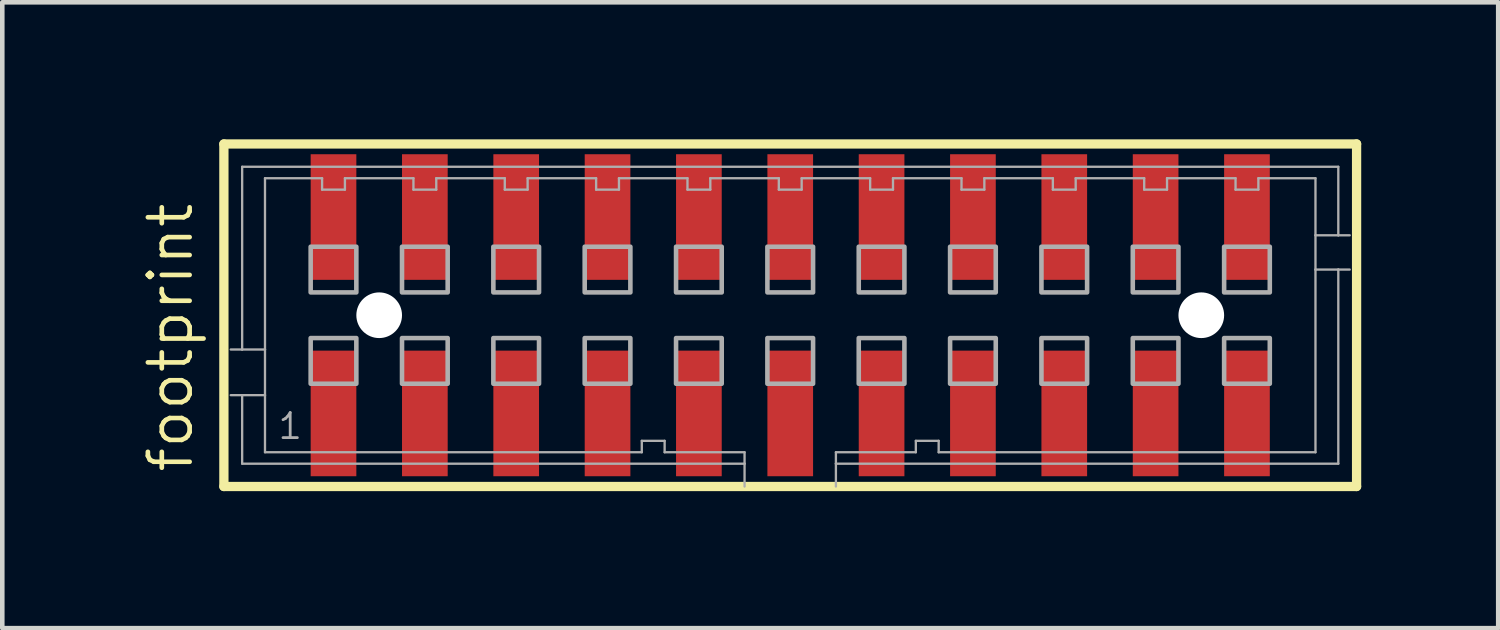
<source format=kicad_pcb>
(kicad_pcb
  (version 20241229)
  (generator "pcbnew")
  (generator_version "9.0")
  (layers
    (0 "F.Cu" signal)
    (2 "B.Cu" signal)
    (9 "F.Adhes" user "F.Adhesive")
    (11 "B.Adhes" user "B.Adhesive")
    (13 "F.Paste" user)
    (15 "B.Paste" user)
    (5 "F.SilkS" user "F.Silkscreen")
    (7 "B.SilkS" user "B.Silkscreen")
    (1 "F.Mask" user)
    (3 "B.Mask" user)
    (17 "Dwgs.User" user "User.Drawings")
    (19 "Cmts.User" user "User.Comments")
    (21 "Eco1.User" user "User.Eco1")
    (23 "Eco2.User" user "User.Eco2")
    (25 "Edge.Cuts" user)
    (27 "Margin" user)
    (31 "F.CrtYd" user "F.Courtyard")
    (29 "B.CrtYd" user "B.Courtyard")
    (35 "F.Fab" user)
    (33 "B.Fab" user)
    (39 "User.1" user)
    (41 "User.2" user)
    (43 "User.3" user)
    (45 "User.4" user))
  (footprint "footprint"
    (layer "F.Cu")
    (at 14.252 3.852)
    (property "Reference" "footprint" (at -13.033 3.493 90) (layer "F.SilkS") (effects (font (size 0.914 0.914) (thickness 0.102)) (justify left bottom)))
    (fp_line (start -12.4 -3.75) (end 12.4 -3.75) (stroke (width 0.203) (type solid)) (layer "F.SilkS"))
    (fp_line (start -12.4 3.75) (end -12.4 -3.75) (stroke (width 0.203) (type solid)) (layer "F.SilkS"))
    (fp_line (start 12.4 -3.75) (end 12.4 3.75) (stroke (width 0.203) (type solid)) (layer "F.SilkS"))
    (fp_line (start 12.4 3.75) (end -12.4 3.75) (stroke (width 0.203) (type solid)) (layer "F.SilkS"))
    (fp_line (start -12 -3.25) (end 12 -3.25) (stroke (width 0.051) (type solid)) (layer "F.Fab"))
    (fp_line (start -12 0.75) (end -12.25 0.75) (stroke (width 0.051) (type solid)) (layer "F.Fab"))
    (fp_line (start -12 0.75) (end -12 -3.25) (stroke (width 0.051) (type solid)) (layer "F.Fab"))
    (fp_line (start -12 1.75) (end -12.25 1.75) (stroke (width 0.051) (type solid)) (layer "F.Fab"))
    (fp_line (start -12 3.25) (end -12 1.75) (stroke (width 0.051) (type solid)) (layer "F.Fab"))
    (fp_line (start -11.5 -3) (end -11.5 0.75) (stroke (width 0.051) (type solid)) (layer "F.Fab"))
    (fp_line (start -11.5 0.75) (end -12 0.75) (stroke (width 0.051) (type solid)) (layer "F.Fab"))
    (fp_line (start -11.5 0.75) (end -11.5 1.75) (stroke (width 0.051) (type solid)) (layer "F.Fab"))
    (fp_line (start -11.5 1.75) (end -12 1.75) (stroke (width 0.051) (type solid)) (layer "F.Fab"))
    (fp_line (start -11.5 1.75) (end -11.5 3) (stroke (width 0.051) (type solid)) (layer "F.Fab"))
    (fp_line (start -11.5 3) (end -3.25 3) (stroke (width 0.051) (type solid)) (layer "F.Fab"))
    (fp_line (start -10.25 -3) (end -11.5 -3) (stroke (width 0.051) (type solid)) (layer "F.Fab"))
    (fp_line (start -10.25 -2.75) (end -10.25 -3) (stroke (width 0.051) (type solid)) (layer "F.Fab"))
    (fp_line (start -9.75 -3) (end -9.75 -2.75) (stroke (width 0.051) (type solid)) (layer "F.Fab"))
    (fp_line (start -9.75 -2.75) (end -10.25 -2.75) (stroke (width 0.051) (type solid)) (layer "F.Fab"))
    (fp_line (start -8.25 -3) (end -9.75 -3) (stroke (width 0.051) (type solid)) (layer "F.Fab"))
    (fp_line (start -8.25 -2.75) (end -8.25 -3) (stroke (width 0.051) (type solid)) (layer "F.Fab"))
    (fp_line (start -7.75 -3) (end -7.75 -2.75) (stroke (width 0.051) (type solid)) (layer "F.Fab"))
    (fp_line (start -7.75 -2.75) (end -8.25 -2.75) (stroke (width 0.051) (type solid)) (layer "F.Fab"))
    (fp_line (start -6.25 -3) (end -7.75 -3) (stroke (width 0.051) (type solid)) (layer "F.Fab"))
    (fp_line (start -6.25 -2.75) (end -6.25 -3) (stroke (width 0.051) (type solid)) (layer "F.Fab"))
    (fp_line (start -5.75 -3) (end -5.75 -2.75) (stroke (width 0.051) (type solid)) (layer "F.Fab"))
    (fp_line (start -5.75 -2.75) (end -6.25 -2.75) (stroke (width 0.051) (type solid)) (layer "F.Fab"))
    (fp_line (start -4.25 -3) (end -5.75 -3) (stroke (width 0.051) (type solid)) (layer "F.Fab"))
    (fp_line (start -4.25 -2.75) (end -4.25 -3) (stroke (width 0.051) (type solid)) (layer "F.Fab"))
    (fp_line (start -3.75 -3) (end -3.75 -2.75) (stroke (width 0.051) (type solid)) (layer "F.Fab"))
    (fp_line (start -3.75 -2.75) (end -4.25 -2.75) (stroke (width 0.051) (type solid)) (layer "F.Fab"))
    (fp_line (start -3.25 2.75) (end -2.75 2.75) (stroke (width 0.051) (type solid)) (layer "F.Fab"))
    (fp_line (start -3.25 3) (end -3.25 2.75) (stroke (width 0.051) (type solid)) (layer "F.Fab"))
    (fp_line (start -2.75 2.75) (end -2.75 3) (stroke (width 0.051) (type solid)) (layer "F.Fab"))
    (fp_line (start -2.75 3) (end -1 3) (stroke (width 0.051) (type solid)) (layer "F.Fab"))
    (fp_line (start -2.25 -3) (end -3.75 -3) (stroke (width 0.051) (type solid)) (layer "F.Fab"))
    (fp_line (start -2.25 -2.75) (end -2.25 -3) (stroke (width 0.051) (type solid)) (layer "F.Fab"))
    (fp_line (start -1.75 -3) (end -1.75 -2.75) (stroke (width 0.051) (type solid)) (layer "F.Fab"))
    (fp_line (start -1.75 -2.75) (end -2.25 -2.75) (stroke (width 0.051) (type solid)) (layer "F.Fab"))
    (fp_line (start -1 3) (end -1 3.25) (stroke (width 0.051) (type solid)) (layer "F.Fab"))
    (fp_line (start -1 3.25) (end -12 3.25) (stroke (width 0.051) (type solid)) (layer "F.Fab"))
    (fp_line (start -1 3.25) (end -1 3.75) (stroke (width 0.051) (type solid)) (layer "F.Fab"))
    (fp_line (start -0.25 -3) (end -1.75 -3) (stroke (width 0.051) (type solid)) (layer "F.Fab"))
    (fp_line (start -0.25 -2.75) (end -0.25 -3) (stroke (width 0.051) (type solid)) (layer "F.Fab"))
    (fp_line (start 0.25 -3) (end 0.25 -2.75) (stroke (width 0.051) (type solid)) (layer "F.Fab"))
    (fp_line (start 0.25 -2.75) (end -0.25 -2.75) (stroke (width 0.051) (type solid)) (layer "F.Fab"))
    (fp_line (start 1 3) (end 2.75 3) (stroke (width 0.051) (type solid)) (layer "F.Fab"))
    (fp_line (start 1 3.25) (end 1 3) (stroke (width 0.051) (type solid)) (layer "F.Fab"))
    (fp_line (start 1 3.75) (end 1 3.25) (stroke (width 0.051) (type solid)) (layer "F.Fab"))
    (fp_line (start 1.75 -3) (end 0.25 -3) (stroke (width 0.051) (type solid)) (layer "F.Fab"))
    (fp_line (start 1.75 -2.75) (end 1.75 -3) (stroke (width 0.051) (type solid)) (layer "F.Fab"))
    (fp_line (start 2.25 -3) (end 2.25 -2.75) (stroke (width 0.051) (type solid)) (layer "F.Fab"))
    (fp_line (start 2.25 -2.75) (end 1.75 -2.75) (stroke (width 0.051) (type solid)) (layer "F.Fab"))
    (fp_line (start 2.75 2.75) (end 3.25 2.75) (stroke (width 0.051) (type solid)) (layer "F.Fab"))
    (fp_line (start 2.75 3) (end 2.75 2.75) (stroke (width 0.051) (type solid)) (layer "F.Fab"))
    (fp_line (start 3.25 2.75) (end 3.25 3) (stroke (width 0.051) (type solid)) (layer "F.Fab"))
    (fp_line (start 3.25 3) (end 11.5 3) (stroke (width 0.051) (type solid)) (layer "F.Fab"))
    (fp_line (start 3.75 -3) (end 2.25 -3) (stroke (width 0.051) (type solid)) (layer "F.Fab"))
    (fp_line (start 3.75 -2.75) (end 3.75 -3) (stroke (width 0.051) (type solid)) (layer "F.Fab"))
    (fp_line (start 4.25 -3) (end 4.25 -2.75) (stroke (width 0.051) (type solid)) (layer "F.Fab"))
    (fp_line (start 4.25 -2.75) (end 3.75 -2.75) (stroke (width 0.051) (type solid)) (layer "F.Fab"))
    (fp_line (start 5.75 -3) (end 4.25 -3) (stroke (width 0.051) (type solid)) (layer "F.Fab"))
    (fp_line (start 5.75 -2.75) (end 5.75 -3) (stroke (width 0.051) (type solid)) (layer "F.Fab"))
    (fp_line (start 6.25 -3) (end 6.25 -2.75) (stroke (width 0.051) (type solid)) (layer "F.Fab"))
    (fp_line (start 6.25 -2.75) (end 5.75 -2.75) (stroke (width 0.051) (type solid)) (layer "F.Fab"))
    (fp_line (start 7.75 -3) (end 6.25 -3) (stroke (width 0.051) (type solid)) (layer "F.Fab"))
    (fp_line (start 7.75 -2.75) (end 7.75 -3) (stroke (width 0.051) (type solid)) (layer "F.Fab"))
    (fp_line (start 8.25 -3) (end 8.25 -2.75) (stroke (width 0.051) (type solid)) (layer "F.Fab"))
    (fp_line (start 8.25 -2.75) (end 7.75 -2.75) (stroke (width 0.051) (type solid)) (layer "F.Fab"))
    (fp_line (start 9.75 -3) (end 8.25 -3) (stroke (width 0.051) (type solid)) (layer "F.Fab"))
    (fp_line (start 9.75 -2.75) (end 9.75 -3) (stroke (width 0.051) (type solid)) (layer "F.Fab"))
    (fp_line (start 10.25 -3) (end 10.25 -2.75) (stroke (width 0.051) (type solid)) (layer "F.Fab"))
    (fp_line (start 10.25 -2.75) (end 9.75 -2.75) (stroke (width 0.051) (type solid)) (layer "F.Fab"))
    (fp_line (start 11.5 -3) (end 10.25 -3) (stroke (width 0.051) (type solid)) (layer "F.Fab"))
    (fp_line (start 11.5 -1.75) (end 11.5 -3) (stroke (width 0.051) (type solid)) (layer "F.Fab"))
    (fp_line (start 11.5 -1.75) (end 12 -1.75) (stroke (width 0.051) (type solid)) (layer "F.Fab"))
    (fp_line (start 11.5 -1) (end 11.5 -1.75) (stroke (width 0.051) (type solid)) (layer "F.Fab"))
    (fp_line (start 11.5 -1) (end 12 -1) (stroke (width 0.051) (type solid)) (layer "F.Fab"))
    (fp_line (start 11.5 3) (end 11.5 -1) (stroke (width 0.051) (type solid)) (layer "F.Fab"))
    (fp_line (start 12 -3.25) (end 12 -1.75) (stroke (width 0.051) (type solid)) (layer "F.Fab"))
    (fp_line (start 12 -1.75) (end 12.25 -1.75) (stroke (width 0.051) (type solid)) (layer "F.Fab"))
    (fp_line (start 12 -1) (end 12 3.25) (stroke (width 0.051) (type solid)) (layer "F.Fab"))
    (fp_line (start 12 -1) (end 12.25 -1) (stroke (width 0.051) (type solid)) (layer "F.Fab"))
    (fp_line (start 12 3.25) (end 1 3.25) (stroke (width 0.051) (type solid)) (layer "F.Fab"))
    (fp_poly (pts (xy -10.5 -0.5) (xy -9.5 -0.5) (xy -9.5 -1.5) (xy -10.5 -1.5)) (stroke (width 0.1) (type solid)) (fill no) (layer "F.Fab"))
    (fp_poly (pts (xy -10.5 1.5) (xy -9.5 1.5) (xy -9.5 0.5) (xy -10.5 0.5)) (stroke (width 0.1) (type solid)) (fill no) (layer "F.Fab"))
    (fp_poly (pts (xy -8.5 -0.5) (xy -7.5 -0.5) (xy -7.5 -1.5) (xy -8.5 -1.5)) (stroke (width 0.1) (type solid)) (fill no) (layer "F.Fab"))
    (fp_poly (pts (xy -8.5 1.5) (xy -7.5 1.5) (xy -7.5 0.5) (xy -8.5 0.5)) (stroke (width 0.1) (type solid)) (fill no) (layer "F.Fab"))
    (fp_poly (pts (xy -6.5 -0.5) (xy -5.5 -0.5) (xy -5.5 -1.5) (xy -6.5 -1.5)) (stroke (width 0.1) (type solid)) (fill no) (layer "F.Fab"))
    (fp_poly (pts (xy -6.5 1.5) (xy -5.5 1.5) (xy -5.5 0.5) (xy -6.5 0.5)) (stroke (width 0.1) (type solid)) (fill no) (layer "F.Fab"))
    (fp_poly (pts (xy -4.5 -0.5) (xy -3.5 -0.5) (xy -3.5 -1.5) (xy -4.5 -1.5)) (stroke (width 0.1) (type solid)) (fill no) (layer "F.Fab"))
    (fp_poly (pts (xy -4.5 1.5) (xy -3.5 1.5) (xy -3.5 0.5) (xy -4.5 0.5)) (stroke (width 0.1) (type solid)) (fill no) (layer "F.Fab"))
    (fp_poly (pts (xy -2.5 -0.5) (xy -1.5 -0.5) (xy -1.5 -1.5) (xy -2.5 -1.5)) (stroke (width 0.1) (type solid)) (fill no) (layer "F.Fab"))
    (fp_poly (pts (xy -2.5 1.5) (xy -1.5 1.5) (xy -1.5 0.5) (xy -2.5 0.5)) (stroke (width 0.1) (type solid)) (fill no) (layer "F.Fab"))
    (fp_poly (pts (xy -0.5 -0.5) (xy 0.5 -0.5) (xy 0.5 -1.5) (xy -0.5 -1.5)) (stroke (width 0.1) (type solid)) (fill no) (layer "F.Fab"))
    (fp_poly (pts (xy -0.5 1.5) (xy 0.5 1.5) (xy 0.5 0.5) (xy -0.5 0.5)) (stroke (width 0.1) (type solid)) (fill no) (layer "F.Fab"))
    (fp_poly (pts (xy 1.5 -0.5) (xy 2.5 -0.5) (xy 2.5 -1.5) (xy 1.5 -1.5)) (stroke (width 0.1) (type solid)) (fill no) (layer "F.Fab"))
    (fp_poly (pts (xy 1.5 1.5) (xy 2.5 1.5) (xy 2.5 0.5) (xy 1.5 0.5)) (stroke (width 0.1) (type solid)) (fill no) (layer "F.Fab"))
    (fp_poly (pts (xy 3.5 -0.5) (xy 4.5 -0.5) (xy 4.5 -1.5) (xy 3.5 -1.5)) (stroke (width 0.1) (type solid)) (fill no) (layer "F.Fab"))
    (fp_poly (pts (xy 3.5 1.5) (xy 4.5 1.5) (xy 4.5 0.5) (xy 3.5 0.5)) (stroke (width 0.1) (type solid)) (fill no) (layer "F.Fab"))
    (fp_poly (pts (xy 5.5 -0.5) (xy 6.5 -0.5) (xy 6.5 -1.5) (xy 5.5 -1.5)) (stroke (width 0.1) (type solid)) (fill no) (layer "F.Fab"))
    (fp_poly (pts (xy 5.5 1.5) (xy 6.5 1.5) (xy 6.5 0.5) (xy 5.5 0.5)) (stroke (width 0.1) (type solid)) (fill no) (layer "F.Fab"))
    (fp_poly (pts (xy 7.5 -0.5) (xy 8.5 -0.5) (xy 8.5 -1.5) (xy 7.5 -1.5)) (stroke (width 0.1) (type solid)) (fill no) (layer "F.Fab"))
    (fp_poly (pts (xy 7.5 1.5) (xy 8.5 1.5) (xy 8.5 0.5) (xy 7.5 0.5)) (stroke (width 0.1) (type solid)) (fill no) (layer "F.Fab"))
    (fp_poly (pts (xy 9.5 -0.5) (xy 10.5 -0.5) (xy 10.5 -1.5) (xy 9.5 -1.5)) (stroke (width 0.1) (type solid)) (fill no) (layer "F.Fab"))
    (fp_poly (pts (xy 9.5 1.5) (xy 10.5 1.5) (xy 10.5 0.5) (xy 9.5 0.5)) (stroke (width 0.1) (type solid)) (fill no) (layer "F.Fab"))
    (fp_text user "1" (at -11.25 2.75 0) (layer "F.Fab") (effects (font (size 0.549 0.549) (thickness 0.061)) (justify left bottom)))
    (pad "" np_thru_hole circle (at -9 0) (size 1 1) (drill 1) (layers "*.Cu" "*.Mask"))
    (pad "" np_thru_hole circle (at 9 0) (size 1 1) (drill 1) (layers "*.Cu" "*.Mask"))
    (pad "1" smd rect (at -10 2.15) (size 1 2.75) (layers "F.Cu" "F.Mask" "F.Paste"))
    (pad "2" smd rect (at -10 -2.15) (size 1 2.75) (layers "F.Cu" "F.Mask" "F.Paste"))
    (pad "3" smd rect (at -8 2.15) (size 1 2.75) (layers "F.Cu" "F.Mask" "F.Paste"))
    (pad "4" smd rect (at -8 -2.15) (size 1 2.75) (layers "F.Cu" "F.Mask" "F.Paste"))
    (pad "5" smd rect (at -6 2.15) (size 1 2.75) (layers "F.Cu" "F.Mask" "F.Paste"))
    (pad "6" smd rect (at -6 -2.15) (size 1 2.75) (layers "F.Cu" "F.Mask" "F.Paste"))
    (pad "7" smd rect (at -4 2.15) (size 1 2.75) (layers "F.Cu" "F.Mask" "F.Paste"))
    (pad "8" smd rect (at -4 -2.15) (size 1 2.75) (layers "F.Cu" "F.Mask" "F.Paste"))
    (pad "9" smd rect (at -2 2.15 180) (size 1 2.75) (layers "F.Cu" "F.Mask" "F.Paste"))
    (pad "10" smd rect (at -2 -2.15 180) (size 1 2.75) (layers "F.Cu" "F.Mask" "F.Paste"))
    (pad "11" smd rect (at 0 2.15) (size 1 2.75) (layers "F.Cu" "F.Mask" "F.Paste"))
    (pad "12" smd rect (at 0 -2.15) (size 1 2.75) (layers "F.Cu" "F.Mask" "F.Paste"))
    (pad "13" smd rect (at 2 2.15) (size 1 2.75) (layers "F.Cu" "F.Mask" "F.Paste"))
    (pad "14" smd rect (at 2 -2.15) (size 1 2.75) (layers "F.Cu" "F.Mask" "F.Paste"))
    (pad "15" smd rect (at 4 2.15 180) (size 1 2.75) (layers "F.Cu" "F.Mask" "F.Paste"))
    (pad "16" smd rect (at 4 -2.15) (size 1 2.75) (layers "F.Cu" "F.Mask" "F.Paste"))
    (pad "17" smd rect (at 6 2.15 180) (size 1 2.75) (layers "F.Cu" "F.Mask" "F.Paste"))
    (pad "18" smd rect (at 6 -2.15) (size 1 2.75) (layers "F.Cu" "F.Mask" "F.Paste"))
    (pad "19" smd rect (at 8 2.15 180) (size 1 2.75) (layers "F.Cu" "F.Mask" "F.Paste"))
    (pad "20" smd rect (at 8 -2.15) (size 1 2.75) (layers "F.Cu" "F.Mask" "F.Paste"))
    (pad "21" smd rect (at 10 2.15 180) (size 1 2.75) (layers "F.Cu" "F.Mask" "F.Paste"))
    (pad "22" smd rect (at 10 -2.15) (size 1 2.75) (layers "F.Cu" "F.Mask" "F.Paste")))
  (gr_rect
    (start -3 -3)
    (end 29.753 10.703)
    (stroke (width 0.1) (type default))
    (fill no)
    (layer "Edge.Cuts")))
</source>
